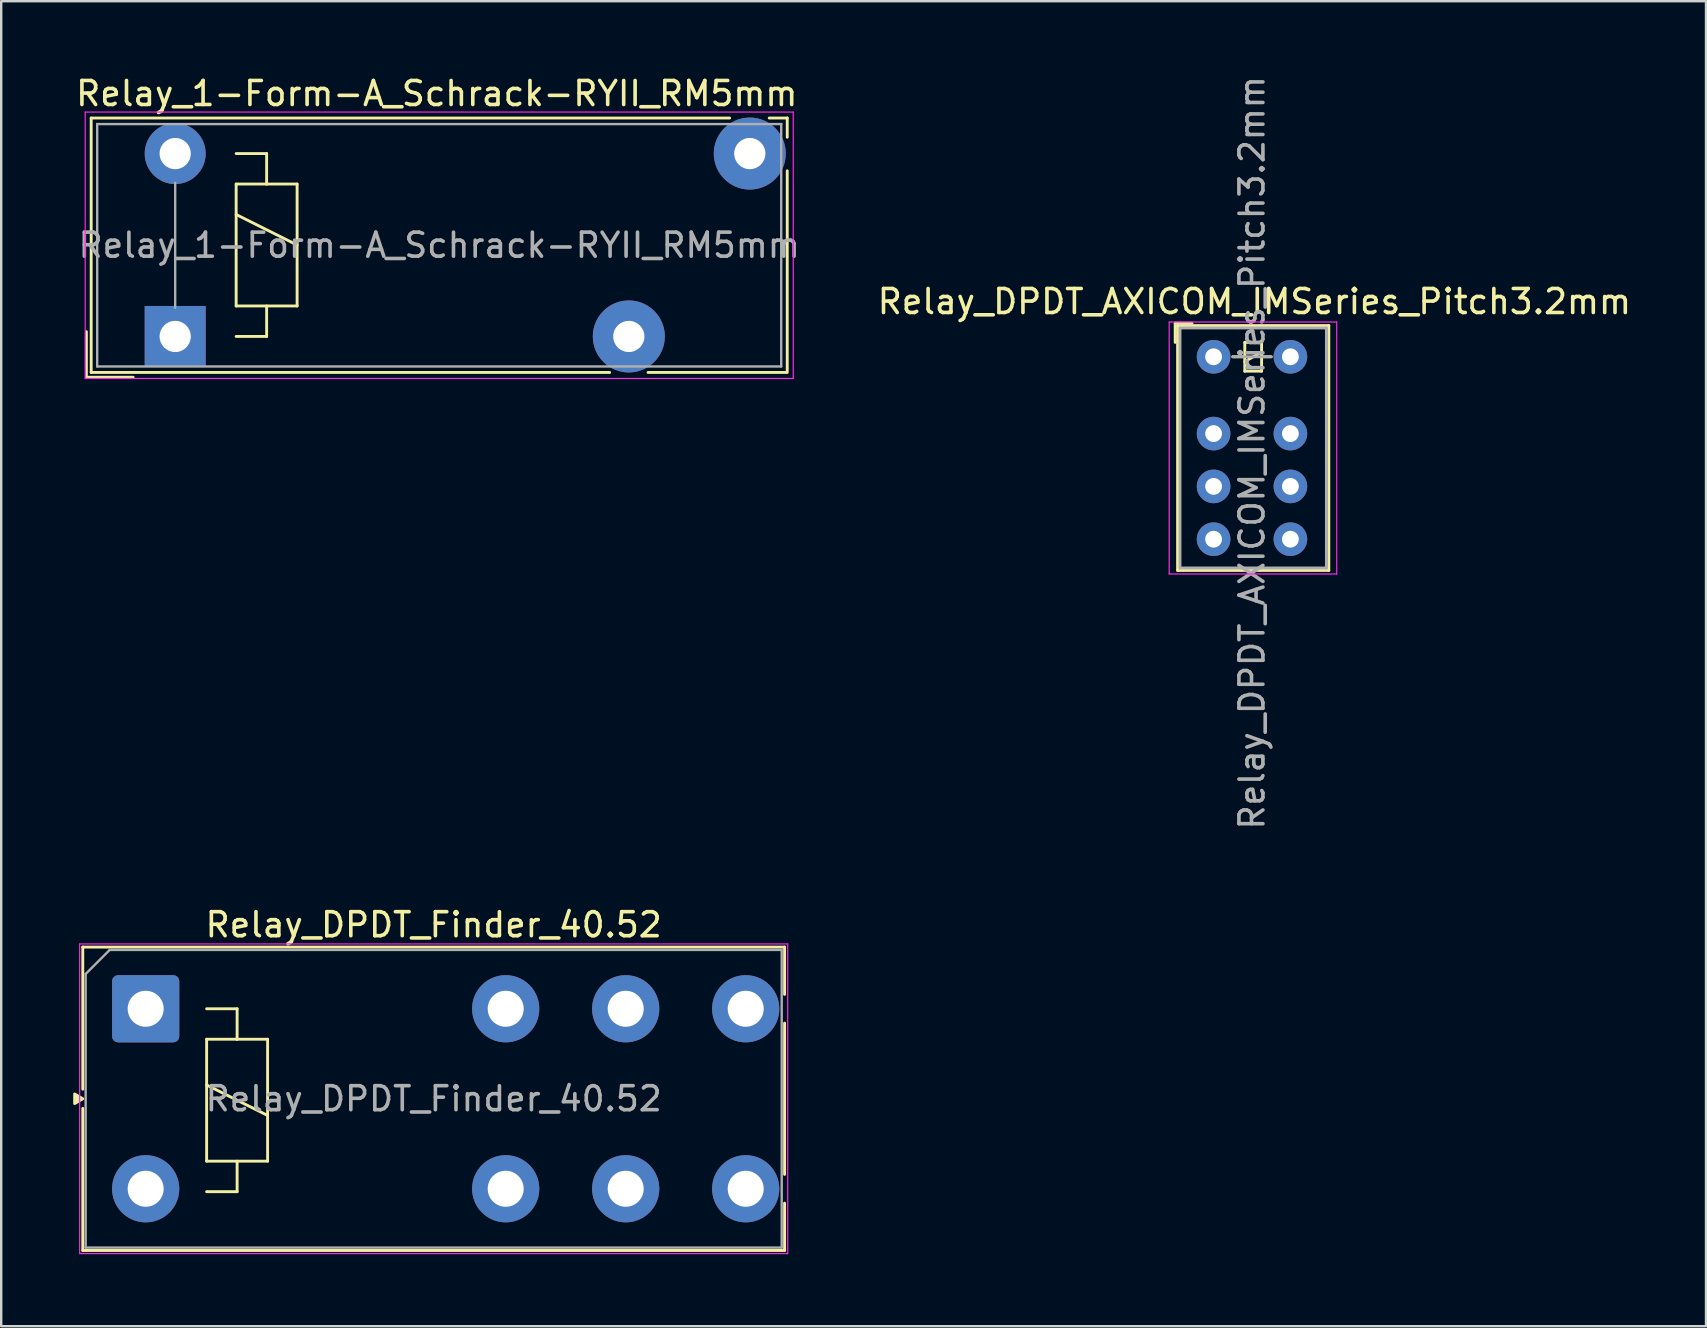
<source format=kicad_pcb>
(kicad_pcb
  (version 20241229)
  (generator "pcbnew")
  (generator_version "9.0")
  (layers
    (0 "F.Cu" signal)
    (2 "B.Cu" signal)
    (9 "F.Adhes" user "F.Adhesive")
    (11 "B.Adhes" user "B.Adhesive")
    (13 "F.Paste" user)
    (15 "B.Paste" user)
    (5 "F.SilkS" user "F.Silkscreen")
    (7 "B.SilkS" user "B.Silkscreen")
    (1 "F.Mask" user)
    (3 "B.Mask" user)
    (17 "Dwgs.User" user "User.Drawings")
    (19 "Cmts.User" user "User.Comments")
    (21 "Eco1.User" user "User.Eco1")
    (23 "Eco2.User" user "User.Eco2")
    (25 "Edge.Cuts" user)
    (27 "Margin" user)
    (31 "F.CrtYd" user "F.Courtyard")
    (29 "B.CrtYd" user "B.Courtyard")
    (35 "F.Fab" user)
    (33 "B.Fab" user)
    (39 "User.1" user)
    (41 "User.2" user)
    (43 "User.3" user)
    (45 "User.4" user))
  (footprint "Relay_1-Form-A_Schrack-RYII_RM5mm"
    (layer "F.Cu")
    (at 4.249 10.968)
    (property "Reference" "Relay_1-Form-A_Schrack-RYII_RM5mm" (at 10.9 -10.12 0) (layer "F.SilkS") (effects (font (size 1 1) (thickness 0.15))))
    (attr through_hole)
    (fp_line (start -3.7 1.7) (end -3.7 -0.2) (stroke (width 0.12) (type solid)) (layer "F.SilkS"))
    (fp_line (start -3.5 -9.1) (end 23.1 -9.1) (stroke (width 0.12) (type solid)) (layer "F.SilkS"))
    (fp_line (start -3.5 1.5) (end -3.5 -9.1) (stroke (width 0.12) (type solid)) (layer "F.SilkS"))
    (fp_line (start -1.75 1.7) (end -3.7 1.7) (stroke (width 0.12) (type solid)) (layer "F.SilkS"))
    (fp_line (start 2.54 -7.62) (end 3.81 -7.62) (stroke (width 0.12) (type solid)) (layer "F.SilkS"))
    (fp_line (start 2.54 -6.35) (end 3.81 -6.35) (stroke (width 0.12) (type solid)) (layer "F.SilkS"))
    (fp_line (start 2.54 -5.08) (end 5.08 -3.81) (stroke (width 0.12) (type solid)) (layer "F.SilkS"))
    (fp_line (start 2.54 -1.27) (end 2.54 -6.35) (stroke (width 0.12) (type solid)) (layer "F.SilkS"))
    (fp_line (start 3.81 -7.62) (end 3.81 -6.35) (stroke (width 0.12) (type solid)) (layer "F.SilkS"))
    (fp_line (start 3.81 -6.35) (end 5.08 -6.35) (stroke (width 0.12) (type solid)) (layer "F.SilkS"))
    (fp_line (start 3.81 -1.27) (end 3.81 0) (stroke (width 0.12) (type solid)) (layer "F.SilkS"))
    (fp_line (start 3.81 0) (end 2.54 0) (stroke (width 0.12) (type solid)) (layer "F.SilkS"))
    (fp_line (start 5.08 -6.35) (end 5.08 -1.27) (stroke (width 0.12) (type solid)) (layer "F.SilkS"))
    (fp_line (start 5.08 -1.27) (end 2.54 -1.27) (stroke (width 0.12) (type solid)) (layer "F.SilkS"))
    (fp_line (start 18.1 1.5) (end -3.5 1.5) (stroke (width 0.12) (type solid)) (layer "F.SilkS"))
    (fp_line (start 24.75 -9.1) (end 25.5 -9.1) (stroke (width 0.12) (type solid)) (layer "F.SilkS"))
    (fp_line (start 25.45 1.5) (end 19.7 1.5) (stroke (width 0.12) (type solid)) (layer "F.SilkS"))
    (fp_line (start 25.5 -9.1) (end 25.5 -8.3) (stroke (width 0.12) (type solid)) (layer "F.SilkS"))
    (fp_line (start 25.5 -6.9) (end 25.5 1.5) (stroke (width 0.12) (type solid)) (layer "F.SilkS"))
    (fp_line (start -3.75 -9.35) (end -3.75 1.75) (stroke (width 0.05) (type solid)) (layer "F.CrtYd"))
    (fp_line (start -3.75 1.75) (end 25.75 1.75) (stroke (width 0.05) (type solid)) (layer "F.CrtYd"))
    (fp_line (start 25.75 -9.35) (end -3.75 -9.35) (stroke (width 0.05) (type solid)) (layer "F.CrtYd"))
    (fp_line (start 25.75 1.75) (end 25.75 -9.35) (stroke (width 0.05) (type solid)) (layer "F.CrtYd"))
    (fp_line (start -3.25 -8.85) (end 25.25 -8.85) (stroke (width 0.1) (type solid)) (layer "F.Fab"))
    (fp_line (start -3.25 1.25) (end -3.25 -8.85) (stroke (width 0.1) (type solid)) (layer "F.Fab"))
    (fp_line (start 0 -6.4) (end 0 -1.2) (stroke (width 0.1) (type solid)) (layer "F.Fab"))
    (fp_line (start 25.25 -8.85) (end 25.25 1.25) (stroke (width 0.1) (type solid)) (layer "F.Fab"))
    (fp_line (start 25.25 1.25) (end -3.25 1.25) (stroke (width 0.1) (type solid)) (layer "F.Fab"))
    (fp_text user "${REFERENCE}" (at 11 -3.8 0) (layer "F.Fab") (effects (font (size 1 1) (thickness 0.15))))
    (pad "11" thru_hole circle (at 18.9 0) (size 3 3) (drill 1.3) (layers "*.Cu" "*.Mask"))
    (pad "14" thru_hole circle (at 23.94 -7.62) (size 3 3) (drill 1.3) (layers "*.Cu" "*.Mask"))
    (pad "A1" thru_hole rect (at 0 0) (size 2.54 2.54) (drill 1.3) (layers "*.Cu" "*.Mask"))
    (pad "A2" thru_hole circle (at 0 -7.62) (size 2.54 2.54) (drill 1.3) (layers "*.Cu" "*.Mask")))
  (footprint "Relay_DPDT_Finder_40.52"
    (layer "F.Cu")
    (at 3.019 38.979)
    (property "Reference" "Relay_DPDT_Finder_40.52" (at 12 -3.5 0) (layer "F.SilkS") (effects (font (size 1 1) (thickness 0.15))))
    (attr through_hole)
    (fp_line (start -2.62 -2.57) (end 26.62 -2.57) (stroke (width 0.12) (type solid)) (layer "F.SilkS"))
    (fp_line (start -2.62 3.35) (end -2.62 -2.57) (stroke (width 0.12) (type solid)) (layer "F.SilkS"))
    (fp_line (start -2.62 4.15) (end -2.62 10.07) (stroke (width 0.12) (type solid)) (layer "F.SilkS"))
    (fp_line (start 2.54 0) (end 3.81 0) (stroke (width 0.12) (type solid)) (layer "F.SilkS"))
    (fp_line (start 2.54 1.27) (end 3.81 1.27) (stroke (width 0.12) (type solid)) (layer "F.SilkS"))
    (fp_line (start 2.54 3.175) (end 5.08 4.445) (stroke (width 0.12) (type solid)) (layer "F.SilkS"))
    (fp_line (start 2.54 6.35) (end 2.54 1.27) (stroke (width 0.12) (type solid)) (layer "F.SilkS"))
    (fp_line (start 3.81 0) (end 3.81 1.27) (stroke (width 0.12) (type solid)) (layer "F.SilkS"))
    (fp_line (start 3.81 1.27) (end 5.08 1.27) (stroke (width 0.12) (type solid)) (layer "F.SilkS"))
    (fp_line (start 3.81 6.35) (end 3.81 7.62) (stroke (width 0.12) (type solid)) (layer "F.SilkS"))
    (fp_line (start 3.81 7.62) (end 2.54 7.62) (stroke (width 0.12) (type solid)) (layer "F.SilkS"))
    (fp_line (start 5.08 1.27) (end 5.08 6.35) (stroke (width 0.12) (type solid)) (layer "F.SilkS"))
    (fp_line (start 5.08 6.35) (end 2.54 6.35) (stroke (width 0.12) (type solid)) (layer "F.SilkS"))
    (fp_line (start 26.62 -0.6) (end 26.62 -2.57) (stroke (width 0.12) (type solid)) (layer "F.SilkS"))
    (fp_line (start 26.62 0.6) (end 26.62 6.9) (stroke (width 0.12) (type solid)) (layer "F.SilkS"))
    (fp_line (start 26.62 10.07) (end -2.62 10.07) (stroke (width 0.12) (type solid)) (layer "F.SilkS"))
    (fp_line (start 26.62 10.07) (end 26.62 8.1) (stroke (width 0.12) (type solid)) (layer "F.SilkS"))
    (fp_poly (pts (xy -2.62 3.75) (xy -2.959 3.95) (xy -2.959 3.55) (xy -2.62 3.75)) (stroke (width 0.12) (type solid)) (fill yes) (layer "F.SilkS"))
    (fp_line (start -2.75 -2.7) (end -2.75 10.2) (stroke (width 0.05) (type solid)) (layer "F.CrtYd"))
    (fp_line (start -2.75 -2.7) (end 26.75 -2.7) (stroke (width 0.05) (type solid)) (layer "F.CrtYd"))
    (fp_line (start 26.75 10.2) (end -2.75 10.2) (stroke (width 0.05) (type solid)) (layer "F.CrtYd"))
    (fp_line (start 26.75 10.2) (end 26.75 -2.7) (stroke (width 0.05) (type solid)) (layer "F.CrtYd"))
    (fp_line (start -2.5 -1.45) (end -1.5 -2.45) (stroke (width 0.1) (type default)) (layer "F.Fab"))
    (fp_line (start -2.5 9.95) (end -2.5 -1.45) (stroke (width 0.1) (type solid)) (layer "F.Fab"))
    (fp_line (start -2.5 9.95) (end 26.5 9.95) (stroke (width 0.1) (type solid)) (layer "F.Fab"))
    (fp_line (start 26.5 -2.45) (end -1.5 -2.45) (stroke (width 0.1) (type solid)) (layer "F.Fab"))
    (fp_line (start 26.5 9.95) (end 26.5 -2.45) (stroke (width 0.1) (type solid)) (layer "F.Fab"))
    (fp_text user "${REFERENCE}" (at 12 3.75 0) (layer "F.Fab") (effects (font (size 1 1) (thickness 0.15))))
    (pad "11" thru_hole circle (at 20 0) (size 2.8 2.8) (drill 1.5) (layers "*.Cu" "*.Mask"))
    (pad "12" thru_hole circle (at 15 0) (size 2.8 2.8) (drill 1.5) (layers "*.Cu" "*.Mask"))
    (pad "14" thru_hole circle (at 25 0) (size 2.8 2.8) (drill 1.5) (layers "*.Cu" "*.Mask"))
    (pad "21" thru_hole circle (at 20 7.5) (size 2.8 2.8) (drill 1.5) (layers "*.Cu" "*.Mask"))
    (pad "22" thru_hole circle (at 15 7.5) (size 2.8 2.8) (drill 1.5) (layers "*.Cu" "*.Mask"))
    (pad "24" thru_hole circle (at 25 7.5) (size 2.8 2.8) (drill 1.5) (layers "*.Cu" "*.Mask"))
    (pad "A1" thru_hole roundrect (at 0 0) (size 2.8 2.8) (drill 1.5) (layers "*.Cu" "*.Mask") (roundrect_rratio 0.089))
    (pad "A2" thru_hole circle (at 0 7.5) (size 2.8 2.8) (drill 1.5) (layers "*.Cu" "*.Mask")))
  (footprint "Relay_DPDT_AXICOM_IMSeries_Pitch3.2mm"
    (layer "F.Cu")
    (at 47.513 11.815)
    (property "Reference" "Relay_DPDT_AXICOM_IMSeries_Pitch3.2mm" (at 1.7 -2.3 0) (layer "F.SilkS") (effects (font (size 1 1) (thickness 0.15))))
    (attr through_hole)
    (fp_line (start -1.6 -1.4) (end -0.9 -1.4) (stroke (width 0.12) (type solid)) (layer "F.SilkS"))
    (fp_line (start -1.6 -0.6) (end -1.6 -1.4) (stroke (width 0.12) (type solid)) (layer "F.SilkS"))
    (fp_line (start -1.5 -1.3) (end 4.8 -1.3) (stroke (width 0.12) (type solid)) (layer "F.SilkS"))
    (fp_line (start -1.5 8.9) (end -1.5 -1.3) (stroke (width 0.12) (type solid)) (layer "F.SilkS"))
    (fp_line (start 1.3 -0.6) (end 1.3 0.6) (stroke (width 0.12) (type solid)) (layer "F.SilkS"))
    (fp_line (start 1.3 0) (end 0.8 0) (stroke (width 0.12) (type solid)) (layer "F.SilkS"))
    (fp_line (start 1.3 0.2) (end 2 -0.2) (stroke (width 0.12) (type solid)) (layer "F.SilkS"))
    (fp_line (start 1.3 0.6) (end 2 0.6) (stroke (width 0.12) (type solid)) (layer "F.SilkS"))
    (fp_line (start 2 -0.6) (end 1.3 -0.6) (stroke (width 0.12) (type solid)) (layer "F.SilkS"))
    (fp_line (start 2 0) (end 2.4 0) (stroke (width 0.12) (type solid)) (layer "F.SilkS"))
    (fp_line (start 2 0.6) (end 2 -0.6) (stroke (width 0.12) (type solid)) (layer "F.SilkS"))
    (fp_line (start 4.8 -1.3) (end 4.8 8.9) (stroke (width 0.12) (type solid)) (layer "F.SilkS"))
    (fp_line (start 4.8 8.9) (end -1.5 8.9) (stroke (width 0.12) (type solid)) (layer "F.SilkS"))
    (fp_line (start -1.85 -1.45) (end -1.85 9.05) (stroke (width 0.05) (type solid)) (layer "F.CrtYd"))
    (fp_line (start -1.85 -1.45) (end 5.13 -1.45) (stroke (width 0.05) (type solid)) (layer "F.CrtYd"))
    (fp_line (start 5.13 9.05) (end -1.85 9.05) (stroke (width 0.05) (type solid)) (layer "F.CrtYd"))
    (fp_line (start 5.13 9.05) (end 5.13 -1.45) (stroke (width 0.05) (type solid)) (layer "F.CrtYd"))
    (fp_line (start -1.4 -1.2) (end -1.4 8.8) (stroke (width 0.12) (type solid)) (layer "F.Fab"))
    (fp_line (start -1.4 8.8) (end 4.7 8.8) (stroke (width 0.12) (type solid)) (layer "F.Fab"))
    (fp_line (start 0.8 0) (end 2.4 0) (stroke (width 0.12) (type solid)) (layer "F.Fab"))
    (fp_line (start 4.7 -1.2) (end -1.4 -1.2) (stroke (width 0.12) (type solid)) (layer "F.Fab"))
    (fp_line (start 4.7 8.8) (end 4.7 -1.2) (stroke (width 0.12) (type solid)) (layer "F.Fab"))
    (fp_text user "${REFERENCE}" (at 1.6 4 90) (layer "F.Fab") (effects (font (size 1 1) (thickness 0.15))))
    (pad "1" thru_hole circle (at 0 0) (size 1.4 1.4) (drill 0.7) (layers "*.Cu" "*.Mask"))
    (pad "2" thru_hole circle (at 0 3.2) (size 1.4 1.4) (drill 0.7) (layers "*.Cu" "*.Mask"))
    (pad "3" thru_hole circle (at 0 5.4) (size 1.4 1.4) (drill 0.7) (layers "*.Cu" "*.Mask"))
    (pad "4" thru_hole circle (at 0 7.6) (size 1.4 1.4) (drill 0.7) (layers "*.Cu" "*.Mask"))
    (pad "5" thru_hole circle (at 3.2 7.6) (size 1.4 1.4) (drill 0.7) (layers "*.Cu" "*.Mask"))
    (pad "6" thru_hole circle (at 3.2 5.4) (size 1.4 1.4) (drill 0.7) (layers "*.Cu" "*.Mask"))
    (pad "7" thru_hole circle (at 3.2 3.2) (size 1.4 1.4) (drill 0.7) (layers "*.Cu" "*.Mask"))
    (pad "8" thru_hole circle (at 3.2 0) (size 1.4 1.4) (drill 0.7) (layers "*.Cu" "*.Mask")))
  (gr_rect
    (start -3 -3)
    (end 68.029 52.204)
    (stroke (width 0.1) (type default))
    (fill no)
    (layer "Edge.Cuts")))
</source>
